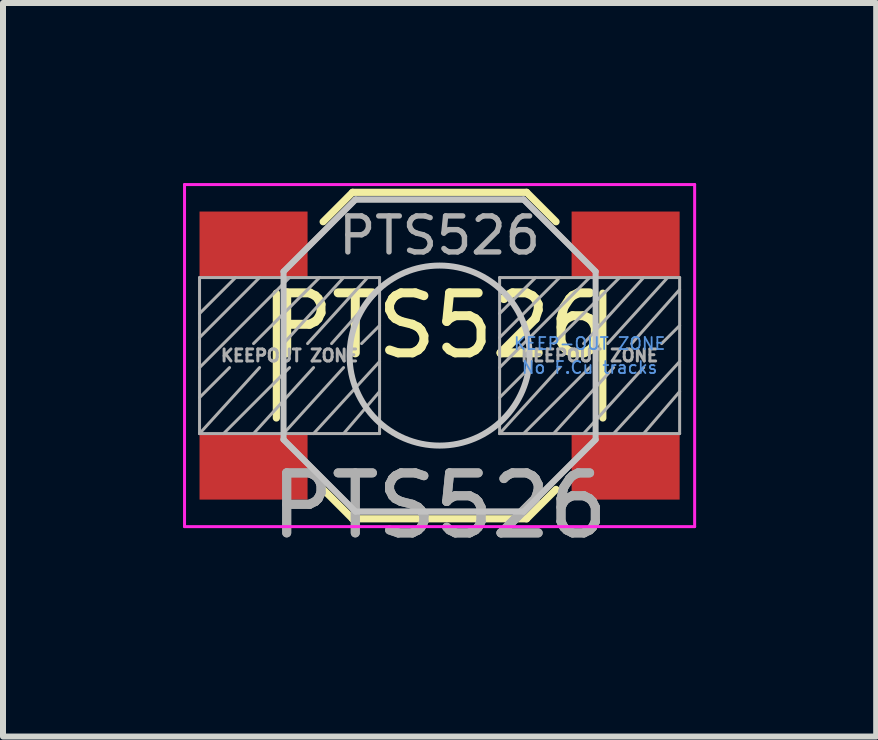
<source format=kicad_pcb>
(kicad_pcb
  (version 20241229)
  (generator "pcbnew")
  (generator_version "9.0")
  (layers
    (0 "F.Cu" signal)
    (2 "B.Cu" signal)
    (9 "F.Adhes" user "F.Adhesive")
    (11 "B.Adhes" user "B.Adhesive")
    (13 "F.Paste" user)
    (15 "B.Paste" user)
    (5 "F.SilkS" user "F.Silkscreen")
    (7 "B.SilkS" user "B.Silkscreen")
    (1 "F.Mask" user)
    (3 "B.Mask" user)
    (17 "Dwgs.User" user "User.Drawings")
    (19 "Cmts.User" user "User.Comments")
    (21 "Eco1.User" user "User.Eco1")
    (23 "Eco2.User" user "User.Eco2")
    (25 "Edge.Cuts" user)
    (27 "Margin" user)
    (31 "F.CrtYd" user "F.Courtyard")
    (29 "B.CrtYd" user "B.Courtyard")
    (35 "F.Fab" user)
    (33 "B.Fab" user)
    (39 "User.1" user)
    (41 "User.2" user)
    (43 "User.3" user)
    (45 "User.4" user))
  (footprint "PTS526"
    (layer "F.Cu")
    (at 4.275 2.875)
    (property "Reference" "PTS526" (at 0 -0.5 0) (unlocked yes) (layer "F.SilkS") (effects (font (size 1 1) (thickness 0.15))))
    (attr smd)
    (fp_line (start -2.72 1.04) (end -2.72 -1.04) (stroke (width 0.12) (type solid)) (layer "F.SilkS"))
    (fp_line (start -1.45 -2.72) (end -1.94 -2.23) (stroke (width 0.12) (type solid)) (layer "F.SilkS"))
    (fp_line (start -1.45 -2.72) (end 1.45 -2.72) (stroke (width 0.12) (type solid)) (layer "F.SilkS"))
    (fp_line (start -1.45 2.72) (end -1.94 2.23) (stroke (width 0.12) (type solid)) (layer "F.SilkS"))
    (fp_line (start -1.45 2.72) (end 1.45 2.72) (stroke (width 0.12) (type solid)) (layer "F.SilkS"))
    (fp_line (start 1.45 -2.72) (end 1.94 -2.23) (stroke (width 0.12) (type solid)) (layer "F.SilkS"))
    (fp_line (start 1.45 2.72) (end 1.94 2.23) (stroke (width 0.12) (type solid)) (layer "F.SilkS"))
    (fp_line (start 2.72 1.04) (end 2.72 -1.04) (stroke (width 0.12) (type solid)) (layer "F.SilkS"))
    (fp_line (start -2.6 -1.4) (end -1.4 -2.6) (stroke (width 0.1) (type solid)) (layer "Dwgs.User"))
    (fp_line (start -2.6 1.4) (end -2.6 -1.4) (stroke (width 0.1) (type solid)) (layer "Dwgs.User"))
    (fp_line (start -1.4 -2.6) (end 1.4 -2.6) (stroke (width 0.1) (type solid)) (layer "Dwgs.User"))
    (fp_line (start -1.4 2.6) (end -2.6 1.4) (stroke (width 0.1) (type solid)) (layer "Dwgs.User"))
    (fp_line (start 1.4 -2.6) (end 2.6 -1.4) (stroke (width 0.1) (type solid)) (layer "Dwgs.User"))
    (fp_line (start 1.4 2.6) (end -1.4 2.6) (stroke (width 0.1) (type solid)) (layer "Dwgs.User"))
    (fp_line (start 2.6 -1.4) (end 2.6 1.4) (stroke (width 0.1) (type solid)) (layer "Dwgs.User"))
    (fp_line (start 2.6 1.4) (end 1.4 2.6) (stroke (width 0.1) (type solid)) (layer "Dwgs.User"))
    (fp_circle (center 0 0) (end 1.5 0) (stroke (width 0.1) (type solid)) (fill no) (layer "Dwgs.User"))
    (fp_line (start -4.25 -2.85) (end -4.25 2.85) (stroke (width 0.05) (type solid)) (layer "F.CrtYd"))
    (fp_line (start -4.25 2.85) (end 4.25 2.85) (stroke (width 0.05) (type solid)) (layer "F.CrtYd"))
    (fp_line (start 4.25 -2.85) (end -4.25 -2.85) (stroke (width 0.05) (type solid)) (layer "F.CrtYd"))
    (fp_line (start 4.25 2.85) (end 4.25 -2.85) (stroke (width 0.05) (type solid)) (layer "F.CrtYd"))
    (fp_line (start -4 -1.3) (end -1 -1.3) (stroke (width 0.05) (type solid)) (layer "F.Fab"))
    (fp_line (start -4 -0.7) (end -3.4 -1.3) (stroke (width 0.05) (type solid)) (layer "F.Fab"))
    (fp_line (start -4 -0.3) (end -3 -1.3) (stroke (width 0.05) (type solid)) (layer "F.Fab"))
    (fp_line (start -4 0.2) (end -2.5 -1.3) (stroke (width 0.05) (type solid)) (layer "F.Fab"))
    (fp_line (start -4 0.7) (end -3.5 0.2) (stroke (width 0.05) (type solid)) (layer "F.Fab"))
    (fp_line (start -4 1.3) (end -4 -1.3) (stroke (width 0.05) (type solid)) (layer "F.Fab"))
    (fp_line (start -4 1.3) (end -3 0.2) (stroke (width 0.05) (type solid)) (layer "F.Fab"))
    (fp_line (start -3.1 1.3) (end -2.1 0.2) (stroke (width 0.05) (type solid)) (layer "F.Fab"))
    (fp_line (start -2.6 -1.4) (end -1.4 -2.6) (stroke (width 0.1) (type solid)) (layer "F.Fab"))
    (fp_line (start -2.6 1.3) (end -1.6 0.2) (stroke (width 0.05) (type solid)) (layer "F.Fab"))
    (fp_line (start -2.5 0.2) (end -3.6 1.3) (stroke (width 0.05) (type solid)) (layer "F.Fab"))
    (fp_line (start -2.2 -0.2) (end -1.2 -1.3) (stroke (width 0.05) (type solid)) (layer "F.Fab"))
    (fp_line (start -2.1 1.3) (end -1 0.1) (stroke (width 0.05) (type solid)) (layer "F.Fab"))
    (fp_line (start -2 -1.3) (end -3.1 -0.2) (stroke (width 0.05) (type solid)) (layer "F.Fab"))
    (fp_line (start -1.6 -1.3) (end -2.6 -0.2) (stroke (width 0.05) (type solid)) (layer "F.Fab"))
    (fp_line (start -1.403 2.597) (end -2.603 1.397) (stroke (width 0.1) (type solid)) (layer "F.Fab"))
    (fp_line (start -1.4 -2.6) (end 1.4 -2.6) (stroke (width 0.1) (type solid)) (layer "F.Fab"))
    (fp_line (start -1 -1.3) (end -1 1.3) (stroke (width 0.05) (type solid)) (layer "F.Fab"))
    (fp_line (start -1 -1.1) (end -1.8 -0.2) (stroke (width 0.05) (type solid)) (layer "F.Fab"))
    (fp_line (start -1 -0.5) (end -1.3 -0.2) (stroke (width 0.05) (type solid)) (layer "F.Fab"))
    (fp_line (start -1 0.6) (end -1.6 1.3) (stroke (width 0.05) (type solid)) (layer "F.Fab"))
    (fp_line (start -1 1.3) (end -4 1.3) (stroke (width 0.05) (type solid)) (layer "F.Fab"))
    (fp_line (start 1 -1.3) (end 4 -1.3) (stroke (width 0.05) (type solid)) (layer "F.Fab"))
    (fp_line (start 1 -0.7) (end 1.6 -1.3) (stroke (width 0.05) (type solid)) (layer "F.Fab"))
    (fp_line (start 1 -0.3) (end 2 -1.3) (stroke (width 0.05) (type solid)) (layer "F.Fab"))
    (fp_line (start 1 0.2) (end 2.5 -1.3) (stroke (width 0.05) (type solid)) (layer "F.Fab"))
    (fp_line (start 1 0.7) (end 1.5 0.2) (stroke (width 0.05) (type solid)) (layer "F.Fab"))
    (fp_line (start 1 1.3) (end 1 -1.3) (stroke (width 0.05) (type solid)) (layer "F.Fab"))
    (fp_line (start 1 1.3) (end 2 0.2) (stroke (width 0.05) (type solid)) (layer "F.Fab"))
    (fp_line (start 1.4 -2.6) (end 2.6 -1.4) (stroke (width 0.1) (type solid)) (layer "F.Fab"))
    (fp_line (start 1.4 2.6) (end -1.4 2.6) (stroke (width 0.1) (type solid)) (layer "F.Fab"))
    (fp_line (start 1.9 1.3) (end 2.9 0.2) (stroke (width 0.05) (type solid)) (layer "F.Fab"))
    (fp_line (start 2.4 1.3) (end 3.4 0.2) (stroke (width 0.05) (type solid)) (layer "F.Fab"))
    (fp_line (start 2.5 0.2) (end 1.4 1.3) (stroke (width 0.05) (type solid)) (layer "F.Fab"))
    (fp_line (start 2.597 1.4) (end 1.397 2.6) (stroke (width 0.1) (type solid)) (layer "F.Fab"))
    (fp_line (start 2.8 -0.2) (end 3.8 -1.3) (stroke (width 0.05) (type solid)) (layer "F.Fab"))
    (fp_line (start 2.9 1.3) (end 4 0.1) (stroke (width 0.05) (type solid)) (layer "F.Fab"))
    (fp_line (start 3 -1.3) (end 1.9 -0.2) (stroke (width 0.05) (type solid)) (layer "F.Fab"))
    (fp_line (start 3.4 -1.3) (end 2.4 -0.2) (stroke (width 0.05) (type solid)) (layer "F.Fab"))
    (fp_line (start 4 -1.3) (end 4 1.3) (stroke (width 0.05) (type solid)) (layer "F.Fab"))
    (fp_line (start 4 -1.1) (end 3.2 -0.2) (stroke (width 0.05) (type solid)) (layer "F.Fab"))
    (fp_line (start 4 -0.5) (end 3.7 -0.2) (stroke (width 0.05) (type solid)) (layer "F.Fab"))
    (fp_line (start 4 0.6) (end 3.4 1.3) (stroke (width 0.05) (type solid)) (layer "F.Fab"))
    (fp_line (start 4 1.3) (end 1 1.3) (stroke (width 0.05) (type solid)) (layer "F.Fab"))
    (fp_text user "KEEP-OUT ZONE" (at 2.5 -0.2 0) (layer "Cmts.User") (effects (font (size 0.2 0.2) (thickness 0.03))))
    (fp_text user "No F.Cu tracks" (at 2.5 0.2 0) (layer "Cmts.User") (effects (font (size 0.2 0.2) (thickness 0.03))))
    (fp_text user "${REFERENCE}" (at 0 -2 180) (layer "F.Fab") (effects (font (size 0.6 0.6) (thickness 0.09))))
    (fp_text user "KEEPOUT ZONE" (at -2.5 0 180) (layer "F.Fab") (effects (font (size 0.2 0.2) (thickness 0.05))))
    (fp_text user "${REFERENCE}" (at 0 2.5 0) (unlocked yes) (layer "F.Fab") (effects (font (size 1 1) (thickness 0.15))))
    (fp_text user "${REFERENCE}" (at 0 2.5 0) (unlocked yes) (layer "F.Fab") (effects (font (size 1 1) (thickness 0.15))))
    (fp_text user "KEEPOUT ZONE" (at 2.5 0 180) (layer "F.Fab") (effects (font (size 0.2 0.2) (thickness 0.05))))
    (pad "1" smd rect (at -3.1 -1.85) (size 1.8 1.1) (layers "F.Cu" "F.Mask" "F.Paste"))
    (pad "1" smd rect (at 3.1 -1.85) (size 1.8 1.1) (layers "F.Cu" "F.Mask" "F.Paste"))
    (pad "2" smd rect (at -3.1 1.85) (size 1.8 1.1) (layers "F.Cu" "F.Mask" "F.Paste"))
    (pad "2" smd rect (at 3.1 1.85) (size 1.8 1.1) (layers "F.Cu" "F.Mask" "F.Paste"))
    (zone (net_name "") (layer "F.Cu") (hatch full 0.508) (connect_pads) (min_thickness 0.01) (filled_areas_thickness no) (keepout (tracks not_allowed) (vias allowed) (pads allowed) (copperpour allowed) (footprints allowed)) (placement (enabled no)) (fill) (polygon (pts (xy 0.275 1.575) (xy 3.275 1.575) (xy 3.275 4.175) (xy 0.275 4.175))))
    (zone (net_name "") (layer "F.Cu") (hatch full 0.508) (connect_pads) (min_thickness 0.01) (filled_areas_thickness no) (keepout (tracks not_allowed) (vias allowed) (pads allowed) (copperpour allowed) (footprints allowed)) (placement (enabled no)) (fill) (polygon (pts (xy 5.275 1.575) (xy 8.275 1.575) (xy 8.275 4.175) (xy 5.275 4.175)))))
  (gr_rect
    (start -3 -3)
    (end 11.55 9.223)
    (stroke (width 0.1) (type default))
    (fill no)
    (layer "Edge.Cuts")))
</source>
